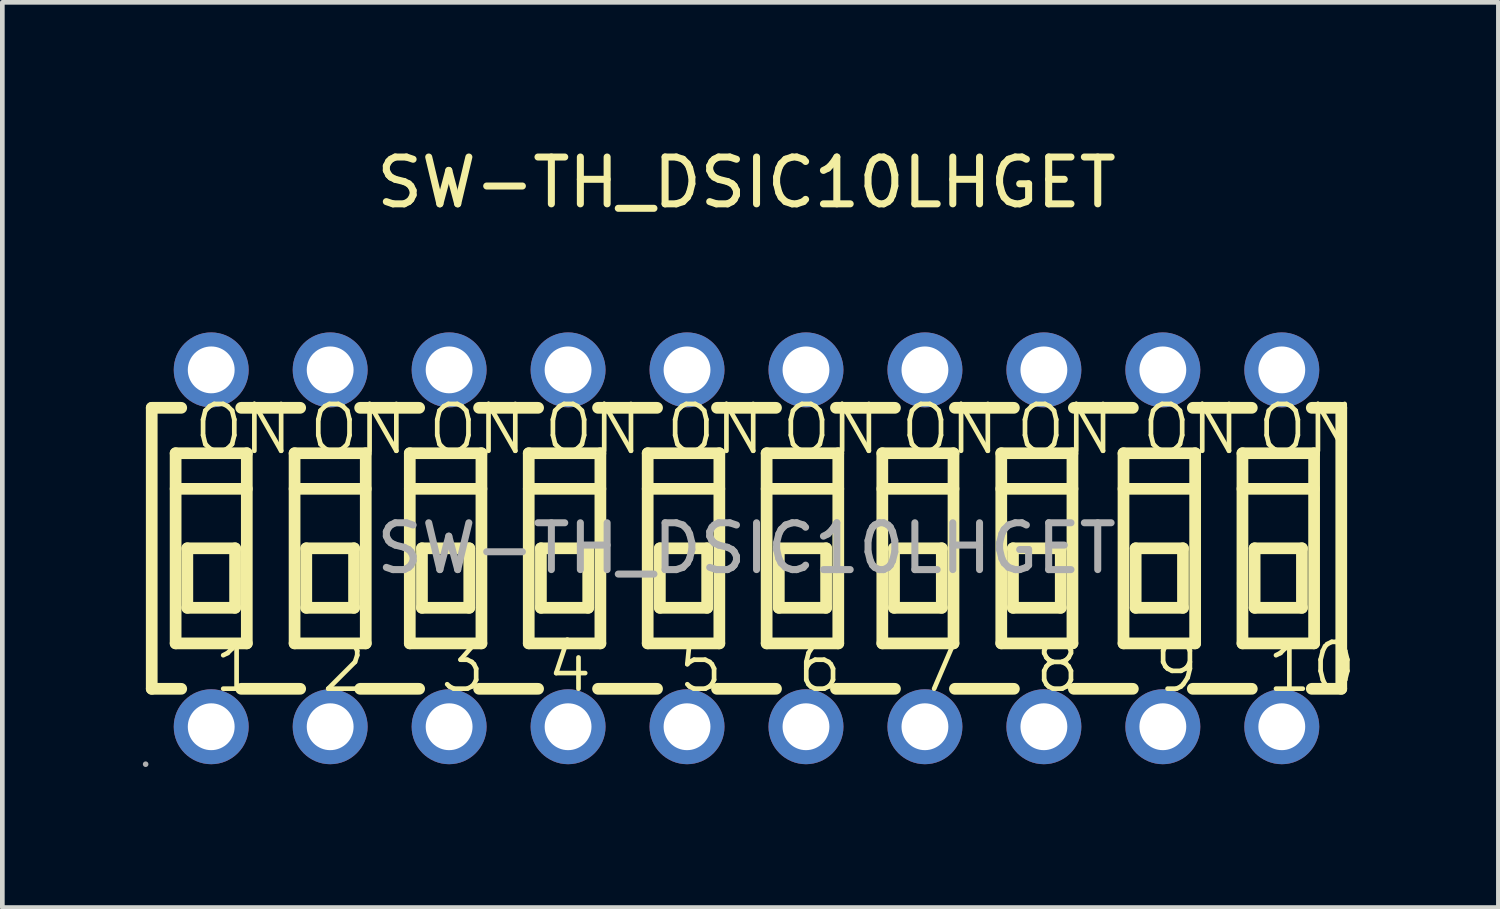
<source format=kicad_pcb>
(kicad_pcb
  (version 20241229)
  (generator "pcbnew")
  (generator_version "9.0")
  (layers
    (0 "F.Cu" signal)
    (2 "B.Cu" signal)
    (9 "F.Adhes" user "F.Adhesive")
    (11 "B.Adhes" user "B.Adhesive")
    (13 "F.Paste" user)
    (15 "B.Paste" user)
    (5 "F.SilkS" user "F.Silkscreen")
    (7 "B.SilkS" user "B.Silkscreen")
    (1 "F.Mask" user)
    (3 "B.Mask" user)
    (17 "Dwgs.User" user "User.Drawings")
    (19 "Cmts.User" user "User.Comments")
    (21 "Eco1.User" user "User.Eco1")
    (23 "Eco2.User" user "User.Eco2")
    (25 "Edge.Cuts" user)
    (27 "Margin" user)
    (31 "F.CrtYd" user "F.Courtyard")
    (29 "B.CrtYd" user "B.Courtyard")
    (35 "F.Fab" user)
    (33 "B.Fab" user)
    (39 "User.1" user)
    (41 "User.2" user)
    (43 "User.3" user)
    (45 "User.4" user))
  (footprint "SW-TH_DSIC10LHGET"
    (layer "F.Cu")
    (at 12.89 8.658)
    (property "Reference" "SW-TH_DSIC10LHGET" (at 0 -7.81 0) (layer "F.SilkS") (effects (font (size 1 1) (thickness 0.15))))
    (attr through_hole)
    (fp_line (start -12.7 -3) (end -12.07 -3) (stroke (width 0.25) (type solid)) (layer "F.SilkS"))
    (fp_line (start -12.7 3) (end -12.7 -3) (stroke (width 0.25) (type solid)) (layer "F.SilkS"))
    (fp_line (start -12.7 3) (end -12.07 3) (stroke (width 0.25) (type solid)) (layer "F.SilkS"))
    (fp_line (start -12.19 -2.03) (end -10.67 -2.03) (stroke (width 0.25) (type solid)) (layer "F.SilkS"))
    (fp_line (start -12.19 -1.27) (end -10.67 -1.27) (stroke (width 0.25) (type solid)) (layer "F.SilkS"))
    (fp_line (start -12.19 2.03) (end -12.19 -2.03) (stroke (width 0.25) (type solid)) (layer "F.SilkS"))
    (fp_line (start -11.94 0) (end -10.92 0) (stroke (width 0.25) (type solid)) (layer "F.SilkS"))
    (fp_line (start -11.94 1.27) (end -11.94 0) (stroke (width 0.25) (type solid)) (layer "F.SilkS"))
    (fp_line (start -10.92 0) (end -10.92 1.27) (stroke (width 0.25) (type solid)) (layer "F.SilkS"))
    (fp_line (start -10.92 1.27) (end -11.94 1.27) (stroke (width 0.25) (type solid)) (layer "F.SilkS"))
    (fp_line (start -10.79 -3) (end -9.53 -3) (stroke (width 0.25) (type solid)) (layer "F.SilkS"))
    (fp_line (start -10.79 3) (end -9.53 3) (stroke (width 0.25) (type solid)) (layer "F.SilkS"))
    (fp_line (start -10.67 -2.03) (end -10.67 2.03) (stroke (width 0.25) (type solid)) (layer "F.SilkS"))
    (fp_line (start -10.67 2.03) (end -12.19 2.03) (stroke (width 0.25) (type solid)) (layer "F.SilkS"))
    (fp_line (start -9.65 -2.03) (end -8.13 -2.03) (stroke (width 0.25) (type solid)) (layer "F.SilkS"))
    (fp_line (start -9.65 -1.27) (end -8.13 -1.27) (stroke (width 0.25) (type solid)) (layer "F.SilkS"))
    (fp_line (start -9.65 2.03) (end -9.65 -2.03) (stroke (width 0.25) (type solid)) (layer "F.SilkS"))
    (fp_line (start -9.4 0) (end -8.38 0) (stroke (width 0.25) (type solid)) (layer "F.SilkS"))
    (fp_line (start -9.4 1.27) (end -9.4 0) (stroke (width 0.25) (type solid)) (layer "F.SilkS"))
    (fp_line (start -8.38 0) (end -8.38 1.27) (stroke (width 0.25) (type solid)) (layer "F.SilkS"))
    (fp_line (start -8.38 1.27) (end -9.4 1.27) (stroke (width 0.25) (type solid)) (layer "F.SilkS"))
    (fp_line (start -8.25 -3) (end -6.99 -3) (stroke (width 0.25) (type solid)) (layer "F.SilkS"))
    (fp_line (start -8.25 3) (end -6.99 3) (stroke (width 0.25) (type solid)) (layer "F.SilkS"))
    (fp_line (start -8.13 -2.03) (end -8.13 2.03) (stroke (width 0.25) (type solid)) (layer "F.SilkS"))
    (fp_line (start -8.13 2.03) (end -9.65 2.03) (stroke (width 0.25) (type solid)) (layer "F.SilkS"))
    (fp_line (start -7.19 -2.03) (end -5.66 -2.03) (stroke (width 0.25) (type solid)) (layer "F.SilkS"))
    (fp_line (start -7.19 -1.27) (end -5.66 -1.27) (stroke (width 0.25) (type solid)) (layer "F.SilkS"))
    (fp_line (start -7.19 2.03) (end -7.19 -2.03) (stroke (width 0.25) (type solid)) (layer "F.SilkS"))
    (fp_line (start -6.93 0) (end -5.92 0) (stroke (width 0.25) (type solid)) (layer "F.SilkS"))
    (fp_line (start -6.93 1.27) (end -6.93 0) (stroke (width 0.25) (type solid)) (layer "F.SilkS"))
    (fp_line (start -5.92 0) (end -5.92 1.27) (stroke (width 0.25) (type solid)) (layer "F.SilkS"))
    (fp_line (start -5.92 1.27) (end -6.93 1.27) (stroke (width 0.25) (type solid)) (layer "F.SilkS"))
    (fp_line (start -5.71 -3) (end -4.45 -3) (stroke (width 0.25) (type solid)) (layer "F.SilkS"))
    (fp_line (start -5.71 3) (end -4.45 3) (stroke (width 0.25) (type solid)) (layer "F.SilkS"))
    (fp_line (start -5.66 -2.03) (end -5.66 2.03) (stroke (width 0.25) (type solid)) (layer "F.SilkS"))
    (fp_line (start -5.66 2.03) (end -7.19 2.03) (stroke (width 0.25) (type solid)) (layer "F.SilkS"))
    (fp_line (start -4.65 -2.03) (end -3.12 -2.03) (stroke (width 0.25) (type solid)) (layer "F.SilkS"))
    (fp_line (start -4.65 -1.27) (end -3.12 -1.27) (stroke (width 0.25) (type solid)) (layer "F.SilkS"))
    (fp_line (start -4.65 2.03) (end -4.65 -2.03) (stroke (width 0.25) (type solid)) (layer "F.SilkS"))
    (fp_line (start -4.39 0) (end -3.38 0) (stroke (width 0.25) (type solid)) (layer "F.SilkS"))
    (fp_line (start -4.39 1.27) (end -4.39 0) (stroke (width 0.25) (type solid)) (layer "F.SilkS"))
    (fp_line (start -3.38 0) (end -3.38 1.27) (stroke (width 0.25) (type solid)) (layer "F.SilkS"))
    (fp_line (start -3.38 1.27) (end -4.39 1.27) (stroke (width 0.25) (type solid)) (layer "F.SilkS"))
    (fp_line (start -3.17 -3) (end -1.91 -3) (stroke (width 0.25) (type solid)) (layer "F.SilkS"))
    (fp_line (start -3.17 3) (end -1.91 3) (stroke (width 0.25) (type solid)) (layer "F.SilkS"))
    (fp_line (start -3.12 -2.03) (end -3.12 2.03) (stroke (width 0.25) (type solid)) (layer "F.SilkS"))
    (fp_line (start -3.12 2.03) (end -4.65 2.03) (stroke (width 0.25) (type solid)) (layer "F.SilkS"))
    (fp_line (start -2.11 -2.03) (end -0.58 -2.03) (stroke (width 0.25) (type solid)) (layer "F.SilkS"))
    (fp_line (start -2.11 -1.27) (end -0.58 -1.27) (stroke (width 0.25) (type solid)) (layer "F.SilkS"))
    (fp_line (start -2.11 2.03) (end -2.11 -2.03) (stroke (width 0.25) (type solid)) (layer "F.SilkS"))
    (fp_line (start -1.85 0) (end -0.84 0) (stroke (width 0.25) (type solid)) (layer "F.SilkS"))
    (fp_line (start -1.85 1.27) (end -1.85 0) (stroke (width 0.25) (type solid)) (layer "F.SilkS"))
    (fp_line (start -0.84 0) (end -0.84 1.27) (stroke (width 0.25) (type solid)) (layer "F.SilkS"))
    (fp_line (start -0.84 1.27) (end -1.85 1.27) (stroke (width 0.25) (type solid)) (layer "F.SilkS"))
    (fp_line (start -0.63 -3) (end 0.63 -3) (stroke (width 0.25) (type solid)) (layer "F.SilkS"))
    (fp_line (start -0.63 3) (end 0.63 3) (stroke (width 0.25) (type solid)) (layer "F.SilkS"))
    (fp_line (start -0.58 -2.03) (end -0.58 2.03) (stroke (width 0.25) (type solid)) (layer "F.SilkS"))
    (fp_line (start -0.58 2.03) (end -2.11 2.03) (stroke (width 0.25) (type solid)) (layer "F.SilkS"))
    (fp_line (start 0.43 -2.03) (end 1.96 -2.03) (stroke (width 0.25) (type solid)) (layer "F.SilkS"))
    (fp_line (start 0.43 -1.27) (end 1.96 -1.27) (stroke (width 0.25) (type solid)) (layer "F.SilkS"))
    (fp_line (start 0.43 2.03) (end 0.43 -2.03) (stroke (width 0.25) (type solid)) (layer "F.SilkS"))
    (fp_line (start 0.69 0) (end 1.7 0) (stroke (width 0.25) (type solid)) (layer "F.SilkS"))
    (fp_line (start 0.69 1.27) (end 0.69 0) (stroke (width 0.25) (type solid)) (layer "F.SilkS"))
    (fp_line (start 1.7 0) (end 1.7 1.27) (stroke (width 0.25) (type solid)) (layer "F.SilkS"))
    (fp_line (start 1.7 1.27) (end 0.69 1.27) (stroke (width 0.25) (type solid)) (layer "F.SilkS"))
    (fp_line (start 1.91 -3) (end 3.17 -3) (stroke (width 0.25) (type solid)) (layer "F.SilkS"))
    (fp_line (start 1.91 3) (end 3.17 3) (stroke (width 0.25) (type solid)) (layer "F.SilkS"))
    (fp_line (start 1.96 -2.03) (end 1.96 2.03) (stroke (width 0.25) (type solid)) (layer "F.SilkS"))
    (fp_line (start 1.96 2.03) (end 0.43 2.03) (stroke (width 0.25) (type solid)) (layer "F.SilkS"))
    (fp_line (start 2.9 -2.03) (end 4.42 -2.03) (stroke (width 0.25) (type solid)) (layer "F.SilkS"))
    (fp_line (start 2.9 -1.27) (end 4.42 -1.27) (stroke (width 0.25) (type solid)) (layer "F.SilkS"))
    (fp_line (start 2.9 2.03) (end 2.9 -2.03) (stroke (width 0.25) (type solid)) (layer "F.SilkS"))
    (fp_line (start 3.15 0) (end 4.17 0) (stroke (width 0.25) (type solid)) (layer "F.SilkS"))
    (fp_line (start 3.15 1.27) (end 3.15 0) (stroke (width 0.25) (type solid)) (layer "F.SilkS"))
    (fp_line (start 4.17 0) (end 4.17 1.27) (stroke (width 0.25) (type solid)) (layer "F.SilkS"))
    (fp_line (start 4.17 1.27) (end 3.15 1.27) (stroke (width 0.25) (type solid)) (layer "F.SilkS"))
    (fp_line (start 4.42 -2.03) (end 4.42 2.03) (stroke (width 0.25) (type solid)) (layer "F.SilkS"))
    (fp_line (start 4.42 2.03) (end 2.9 2.03) (stroke (width 0.25) (type solid)) (layer "F.SilkS"))
    (fp_line (start 4.45 -3) (end 5.71 -3) (stroke (width 0.25) (type solid)) (layer "F.SilkS"))
    (fp_line (start 4.45 3) (end 5.71 3) (stroke (width 0.25) (type solid)) (layer "F.SilkS"))
    (fp_line (start 5.44 -2.03) (end 6.96 -2.03) (stroke (width 0.25) (type solid)) (layer "F.SilkS"))
    (fp_line (start 5.44 -1.27) (end 6.96 -1.27) (stroke (width 0.25) (type solid)) (layer "F.SilkS"))
    (fp_line (start 5.44 2.03) (end 5.44 -2.03) (stroke (width 0.25) (type solid)) (layer "F.SilkS"))
    (fp_line (start 5.69 0) (end 6.71 0) (stroke (width 0.25) (type solid)) (layer "F.SilkS"))
    (fp_line (start 5.69 1.27) (end 5.69 0) (stroke (width 0.25) (type solid)) (layer "F.SilkS"))
    (fp_line (start 6.71 0) (end 6.71 1.27) (stroke (width 0.25) (type solid)) (layer "F.SilkS"))
    (fp_line (start 6.71 1.27) (end 5.69 1.27) (stroke (width 0.25) (type solid)) (layer "F.SilkS"))
    (fp_line (start 6.96 -2.03) (end 6.96 2.03) (stroke (width 0.25) (type solid)) (layer "F.SilkS"))
    (fp_line (start 6.96 2.03) (end 5.44 2.03) (stroke (width 0.25) (type solid)) (layer "F.SilkS"))
    (fp_line (start 6.99 -3) (end 8.25 -3) (stroke (width 0.25) (type solid)) (layer "F.SilkS"))
    (fp_line (start 6.99 3) (end 8.25 3) (stroke (width 0.25) (type solid)) (layer "F.SilkS"))
    (fp_line (start 8.05 -2.03) (end 9.58 -2.03) (stroke (width 0.25) (type solid)) (layer "F.SilkS"))
    (fp_line (start 8.05 -1.27) (end 9.58 -1.27) (stroke (width 0.25) (type solid)) (layer "F.SilkS"))
    (fp_line (start 8.05 2.03) (end 8.05 -2.03) (stroke (width 0.25) (type solid)) (layer "F.SilkS"))
    (fp_line (start 8.31 0) (end 9.32 0) (stroke (width 0.25) (type solid)) (layer "F.SilkS"))
    (fp_line (start 8.31 1.27) (end 8.31 0) (stroke (width 0.25) (type solid)) (layer "F.SilkS"))
    (fp_line (start 9.32 0) (end 9.32 1.27) (stroke (width 0.25) (type solid)) (layer "F.SilkS"))
    (fp_line (start 9.32 1.27) (end 8.31 1.27) (stroke (width 0.25) (type solid)) (layer "F.SilkS"))
    (fp_line (start 9.53 -3) (end 10.79 -3) (stroke (width 0.25) (type solid)) (layer "F.SilkS"))
    (fp_line (start 9.53 3) (end 10.79 3) (stroke (width 0.25) (type solid)) (layer "F.SilkS"))
    (fp_line (start 9.58 -2.03) (end 9.58 2.03) (stroke (width 0.25) (type solid)) (layer "F.SilkS"))
    (fp_line (start 9.58 2.03) (end 8.05 2.03) (stroke (width 0.25) (type solid)) (layer "F.SilkS"))
    (fp_line (start 10.59 -2.03) (end 12.12 -2.03) (stroke (width 0.25) (type solid)) (layer "F.SilkS"))
    (fp_line (start 10.59 -1.27) (end 12.12 -1.27) (stroke (width 0.25) (type solid)) (layer "F.SilkS"))
    (fp_line (start 10.59 2.03) (end 10.59 -2.03) (stroke (width 0.25) (type solid)) (layer "F.SilkS"))
    (fp_line (start 10.85 0) (end 11.86 0) (stroke (width 0.25) (type solid)) (layer "F.SilkS"))
    (fp_line (start 10.85 1.27) (end 10.85 0) (stroke (width 0.25) (type solid)) (layer "F.SilkS"))
    (fp_line (start 11.86 0) (end 11.86 1.27) (stroke (width 0.25) (type solid)) (layer "F.SilkS"))
    (fp_line (start 11.86 1.27) (end 10.85 1.27) (stroke (width 0.25) (type solid)) (layer "F.SilkS"))
    (fp_line (start 12.07 -3) (end 12.7 -3) (stroke (width 0.25) (type solid)) (layer "F.SilkS"))
    (fp_line (start 12.07 3) (end 12.7 3) (stroke (width 0.25) (type solid)) (layer "F.SilkS"))
    (fp_line (start 12.12 -2.03) (end 12.12 2.03) (stroke (width 0.25) (type solid)) (layer "F.SilkS"))
    (fp_line (start 12.12 2.03) (end 10.59 2.03) (stroke (width 0.25) (type solid)) (layer "F.SilkS"))
    (fp_line (start 12.7 3) (end 12.7 -3) (stroke (width 0.25) (type solid)) (layer "F.SilkS"))
    (fp_circle (center -12.83 4.61) (end -12.8 4.61) (stroke (width 0.06) (type solid)) (fill no) (layer "F.Fab"))
    (fp_circle (center -11.43 -3.81) (end -11.23 -3.81) (stroke (width 0.4) (type solid)) (fill no) (layer "F.Fab"))
    (fp_circle (center -11.43 3.81) (end -11.23 3.81) (stroke (width 0.4) (type solid)) (fill no) (layer "F.Fab"))
    (fp_circle (center -8.89 -3.81) (end -8.69 -3.81) (stroke (width 0.4) (type solid)) (fill no) (layer "F.Fab"))
    (fp_circle (center -8.89 3.81) (end -8.69 3.81) (stroke (width 0.4) (type solid)) (fill no) (layer "F.Fab"))
    (fp_circle (center -6.35 -3.81) (end -6.15 -3.81) (stroke (width 0.4) (type solid)) (fill no) (layer "F.Fab"))
    (fp_circle (center -6.35 3.81) (end -6.15 3.81) (stroke (width 0.4) (type solid)) (fill no) (layer "F.Fab"))
    (fp_circle (center -3.81 -3.81) (end -3.61 -3.81) (stroke (width 0.4) (type solid)) (fill no) (layer "F.Fab"))
    (fp_circle (center -3.81 3.81) (end -3.61 3.81) (stroke (width 0.4) (type solid)) (fill no) (layer "F.Fab"))
    (fp_circle (center -1.27 -3.81) (end -1.07 -3.81) (stroke (width 0.4) (type solid)) (fill no) (layer "F.Fab"))
    (fp_circle (center -1.27 3.81) (end -1.07 3.81) (stroke (width 0.4) (type solid)) (fill no) (layer "F.Fab"))
    (fp_circle (center 1.27 -3.81) (end 1.47 -3.81) (stroke (width 0.4) (type solid)) (fill no) (layer "F.Fab"))
    (fp_circle (center 1.27 3.81) (end 1.47 3.81) (stroke (width 0.4) (type solid)) (fill no) (layer "F.Fab"))
    (fp_circle (center 3.81 -3.81) (end 4.01 -3.81) (stroke (width 0.4) (type solid)) (fill no) (layer "F.Fab"))
    (fp_circle (center 3.81 3.81) (end 4.01 3.81) (stroke (width 0.4) (type solid)) (fill no) (layer "F.Fab"))
    (fp_circle (center 6.35 -3.81) (end 6.55 -3.81) (stroke (width 0.4) (type solid)) (fill no) (layer "F.Fab"))
    (fp_circle (center 6.35 3.81) (end 6.55 3.81) (stroke (width 0.4) (type solid)) (fill no) (layer "F.Fab"))
    (fp_circle (center 8.89 -3.81) (end 9.09 -3.81) (stroke (width 0.4) (type solid)) (fill no) (layer "F.Fab"))
    (fp_circle (center 8.89 3.81) (end 9.09 3.81) (stroke (width 0.4) (type solid)) (fill no) (layer "F.Fab"))
    (fp_circle (center 11.43 -3.81) (end 11.63 -3.81) (stroke (width 0.4) (type solid)) (fill no) (layer "F.Fab"))
    (fp_circle (center 11.43 3.81) (end 11.63 3.81) (stroke (width 0.4) (type solid)) (fill no) (layer "F.Fab"))
    (fp_text user "8" (at 6.1 2.54 180) (layer "F.SilkS") (effects (font (size 1 1) (thickness 0.1)) (justify left)))
    (fp_text user "ON" (at -9.4 -2.54 0) (layer "F.SilkS") (effects (font (size 1 1) (thickness 0.1)) (justify left)))
    (fp_text user "ON" (at -1.78 -2.54 0) (layer "F.SilkS") (effects (font (size 1 1) (thickness 0.1)) (justify left)))
    (fp_text user "ON" (at 5.69 -2.54 0) (layer "F.SilkS") (effects (font (size 1 1) (thickness 0.1)) (justify left)))
    (fp_text user "10" (at 11.05 2.54 180) (layer "F.SilkS") (effects (font (size 1 1) (thickness 0.1)) (justify left)))
    (fp_text user "ON" (at 0.69 -2.54 0) (layer "F.SilkS") (effects (font (size 1 1) (thickness 0.1)) (justify left)))
    (fp_text user "5" (at -1.52 2.54 180) (layer "F.SilkS") (effects (font (size 1 1) (thickness 0.1)) (justify left)))
    (fp_text user "6" (at 1.02 2.54 180) (layer "F.SilkS") (effects (font (size 1 1) (thickness 0.1)) (justify left)))
    (fp_text user "ON" (at -11.86 -2.54 0) (layer "F.SilkS") (effects (font (size 1 1) (thickness 0.1)) (justify left)))
    (fp_text user "ON" (at -4.39 -2.54 0) (layer "F.SilkS") (effects (font (size 1 1) (thickness 0.1)) (justify left)))
    (fp_text user "4" (at -4.32 2.54 180) (layer "F.SilkS") (effects (font (size 1 1) (thickness 0.1)) (justify left)))
    (fp_text user "ON" (at 8.38 -2.54 0) (layer "F.SilkS") (effects (font (size 1 1) (thickness 0.1)) (justify left)))
    (fp_text user "1" (at -11.43 2.54 180) (layer "F.SilkS") (effects (font (size 1 1) (thickness 0.1)) (justify left)))
    (fp_text user "ON" (at 3.23 -2.54 0) (layer "F.SilkS") (effects (font (size 1 1) (thickness 0.1)) (justify left)))
    (fp_text user "ON" (at -6.86 -2.54 0) (layer "F.SilkS") (effects (font (size 1 1) (thickness 0.1)) (justify left)))
    (fp_text user "9" (at 8.64 2.54 180) (layer "F.SilkS") (effects (font (size 1 1) (thickness 0.1)) (justify left)))
    (fp_text user "ON" (at 10.85 -2.54 0) (layer "F.SilkS") (effects (font (size 1 1) (thickness 0.1)) (justify left)))
    (fp_text user "7" (at 3.56 2.54 180) (layer "F.SilkS") (effects (font (size 1 1) (thickness 0.1)) (justify left)))
    (fp_text user "3" (at -6.6 2.54 180) (layer "F.SilkS") (effects (font (size 1 1) (thickness 0.1)) (justify left)))
    (fp_text user "2" (at -9.14 2.54 180) (layer "F.SilkS") (effects (font (size 1 1) (thickness 0.1)) (justify left)))
    (fp_text user "${REFERENCE}" (at 0 0 0) (layer "F.Fab") (effects (font (size 1 1) (thickness 0.15))))
    (pad "1" thru_hole circle (at -11.43 3.81 90) (size 1.6 1.6) (drill 1) (layers "*.Cu" "*.Paste" "*.Mask"))
    (pad "2" thru_hole circle (at -8.89 3.81 90) (size 1.6 1.6) (drill 1) (layers "*.Cu" "*.Paste" "*.Mask"))
    (pad "3" thru_hole circle (at -6.35 3.81 90) (size 1.6 1.6) (drill 1) (layers "*.Cu" "*.Paste" "*.Mask"))
    (pad "4" thru_hole circle (at -3.81 3.81 90) (size 1.6 1.6) (drill 1) (layers "*.Cu" "*.Paste" "*.Mask"))
    (pad "5" thru_hole circle (at -1.27 3.81 90) (size 1.6 1.6) (drill 1) (layers "*.Cu" "*.Paste" "*.Mask"))
    (pad "6" thru_hole circle (at 1.27 3.81 90) (size 1.6 1.6) (drill 1) (layers "*.Cu" "*.Paste" "*.Mask"))
    (pad "7" thru_hole circle (at 3.81 3.81 90) (size 1.6 1.6) (drill 1) (layers "*.Cu" "*.Paste" "*.Mask"))
    (pad "8" thru_hole circle (at 6.35 3.81 90) (size 1.6 1.6) (drill 1) (layers "*.Cu" "*.Paste" "*.Mask"))
    (pad "9" thru_hole circle (at 8.89 3.81 90) (size 1.6 1.6) (drill 1) (layers "*.Cu" "*.Paste" "*.Mask"))
    (pad "10" thru_hole circle (at 11.43 3.81 90) (size 1.6 1.6) (drill 1) (layers "*.Cu" "*.Paste" "*.Mask"))
    (pad "11" thru_hole circle (at 11.43 -3.81 90) (size 1.6 1.6) (drill 1) (layers "*.Cu" "*.Paste" "*.Mask"))
    (pad "12" thru_hole circle (at 8.89 -3.81 90) (size 1.6 1.6) (drill 1) (layers "*.Cu" "*.Paste" "*.Mask"))
    (pad "13" thru_hole circle (at 6.35 -3.81 90) (size 1.6 1.6) (drill 1) (layers "*.Cu" "*.Paste" "*.Mask"))
    (pad "14" thru_hole circle (at 3.81 -3.81 90) (size 1.6 1.6) (drill 1) (layers "*.Cu" "*.Paste" "*.Mask"))
    (pad "15" thru_hole circle (at 1.27 -3.81 90) (size 1.6 1.6) (drill 1) (layers "*.Cu" "*.Paste" "*.Mask"))
    (pad "16" thru_hole circle (at -1.27 -3.81 90) (size 1.6 1.6) (drill 1) (layers "*.Cu" "*.Paste" "*.Mask"))
    (pad "17" thru_hole circle (at -3.81 -3.81 90) (size 1.6 1.6) (drill 1) (layers "*.Cu" "*.Paste" "*.Mask"))
    (pad "18" thru_hole circle (at -6.35 -3.81 90) (size 1.6 1.6) (drill 1) (layers "*.Cu" "*.Paste" "*.Mask"))
    (pad "19" thru_hole circle (at -8.89 -3.81 90) (size 1.6 1.6) (drill 1) (layers "*.Cu" "*.Paste" "*.Mask"))
    (pad "20" thru_hole circle (at -11.43 -3.81 90) (size 1.6 1.6) (drill 1) (layers "*.Cu" "*.Paste" "*.Mask")))
  (gr_rect
    (start -3 -3)
    (end 28.945 16.328)
    (stroke (width 0.1) (type default))
    (fill no)
    (layer "Edge.Cuts")))
</source>
